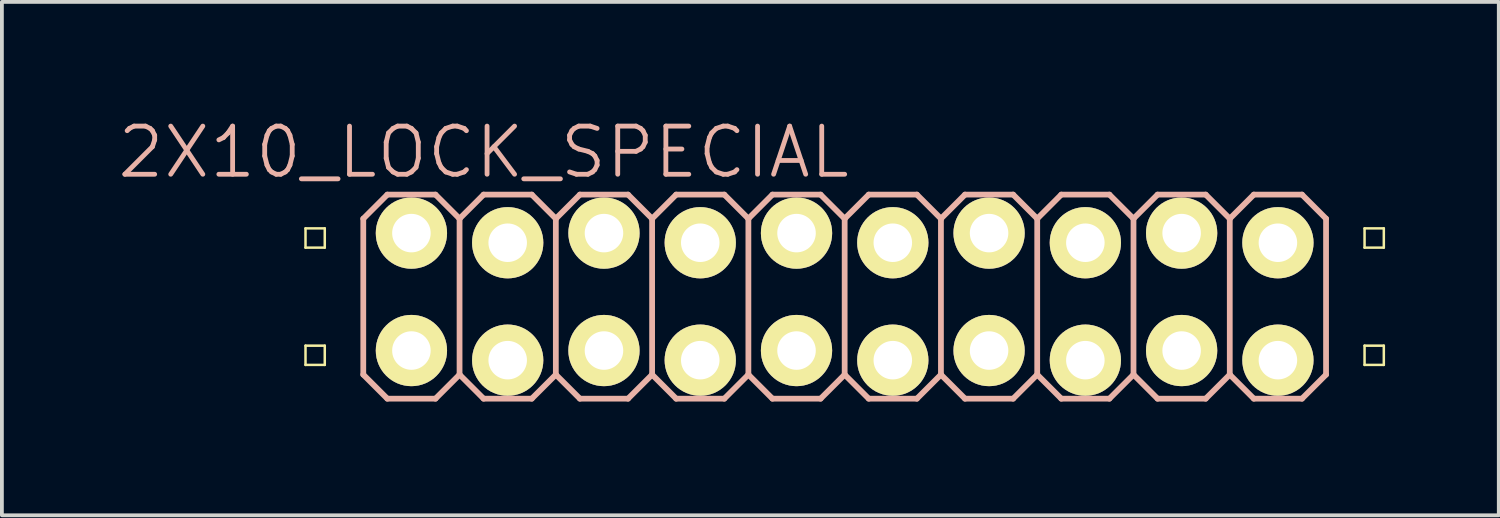
<source format=kicad_pcb>
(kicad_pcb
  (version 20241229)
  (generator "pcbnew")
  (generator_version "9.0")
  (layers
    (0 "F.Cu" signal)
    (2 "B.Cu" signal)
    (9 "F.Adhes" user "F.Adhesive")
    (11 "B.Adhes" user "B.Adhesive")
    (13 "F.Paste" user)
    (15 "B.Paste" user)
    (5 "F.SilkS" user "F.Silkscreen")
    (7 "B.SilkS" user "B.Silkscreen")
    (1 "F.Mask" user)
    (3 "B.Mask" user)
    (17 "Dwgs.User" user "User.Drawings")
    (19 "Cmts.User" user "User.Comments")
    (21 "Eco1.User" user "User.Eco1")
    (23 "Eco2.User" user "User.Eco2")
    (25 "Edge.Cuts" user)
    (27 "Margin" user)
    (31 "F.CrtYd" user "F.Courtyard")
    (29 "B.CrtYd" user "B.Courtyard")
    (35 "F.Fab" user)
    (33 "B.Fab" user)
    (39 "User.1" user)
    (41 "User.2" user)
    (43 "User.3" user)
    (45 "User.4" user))
  (footprint "2X10_LOCK_SPECIAL"
    (layer "F.Cu")
    (at 19.234 4.776)
    (property "Reference" "2X10_LOCK_SPECIAL" (at -9.525 -3.81 0) (layer "B.SilkS") (effects (font (size 1.27 1.27) (thickness 0.127))))
    (attr exclude_from_pos_files exclude_from_bom)
    (fp_line (start -14.224 -1.801) (end -13.716 -1.801) (stroke (width 0.066) (type solid)) (layer "F.SilkS"))
    (fp_line (start -14.224 -1.293) (end -14.224 -1.801) (stroke (width 0.066) (type solid)) (layer "F.SilkS"))
    (fp_line (start -14.224 -1.293) (end -13.716 -1.293) (stroke (width 0.066) (type solid)) (layer "F.SilkS"))
    (fp_line (start -14.224 1.293) (end -13.716 1.293) (stroke (width 0.066) (type solid)) (layer "F.SilkS"))
    (fp_line (start -14.224 1.801) (end -14.224 1.293) (stroke (width 0.066) (type solid)) (layer "F.SilkS"))
    (fp_line (start -14.224 1.801) (end -13.716 1.801) (stroke (width 0.066) (type solid)) (layer "F.SilkS"))
    (fp_line (start -13.716 -1.293) (end -13.716 -1.801) (stroke (width 0.066) (type solid)) (layer "F.SilkS"))
    (fp_line (start -13.716 1.801) (end -13.716 1.293) (stroke (width 0.066) (type solid)) (layer "F.SilkS"))
    (fp_line (start -11.684 -1.801) (end -11.176 -1.801) (stroke (width 0.066) (type solid)) (layer "F.SilkS"))
    (fp_line (start -11.684 -1.293) (end -11.684 -1.801) (stroke (width 0.066) (type solid)) (layer "F.SilkS"))
    (fp_line (start -11.684 -1.293) (end -11.176 -1.293) (stroke (width 0.066) (type solid)) (layer "F.SilkS"))
    (fp_line (start -11.684 1.293) (end -11.176 1.293) (stroke (width 0.066) (type solid)) (layer "F.SilkS"))
    (fp_line (start -11.684 1.801) (end -11.684 1.293) (stroke (width 0.066) (type solid)) (layer "F.SilkS"))
    (fp_line (start -11.684 1.801) (end -11.176 1.801) (stroke (width 0.066) (type solid)) (layer "F.SilkS"))
    (fp_line (start -11.176 -1.293) (end -11.176 -1.801) (stroke (width 0.066) (type solid)) (layer "F.SilkS"))
    (fp_line (start -11.176 1.801) (end -11.176 1.293) (stroke (width 0.066) (type solid)) (layer "F.SilkS"))
    (fp_line (start -9.144 -1.801) (end -8.636 -1.801) (stroke (width 0.066) (type solid)) (layer "F.SilkS"))
    (fp_line (start -9.144 -1.293) (end -9.144 -1.801) (stroke (width 0.066) (type solid)) (layer "F.SilkS"))
    (fp_line (start -9.144 -1.293) (end -8.636 -1.293) (stroke (width 0.066) (type solid)) (layer "F.SilkS"))
    (fp_line (start -9.144 1.293) (end -8.636 1.293) (stroke (width 0.066) (type solid)) (layer "F.SilkS"))
    (fp_line (start -9.144 1.801) (end -9.144 1.293) (stroke (width 0.066) (type solid)) (layer "F.SilkS"))
    (fp_line (start -9.144 1.801) (end -8.636 1.801) (stroke (width 0.066) (type solid)) (layer "F.SilkS"))
    (fp_line (start -8.636 -1.293) (end -8.636 -1.801) (stroke (width 0.066) (type solid)) (layer "F.SilkS"))
    (fp_line (start -8.636 1.801) (end -8.636 1.293) (stroke (width 0.066) (type solid)) (layer "F.SilkS"))
    (fp_line (start -6.604 -1.801) (end -6.096 -1.801) (stroke (width 0.066) (type solid)) (layer "F.SilkS"))
    (fp_line (start -6.604 -1.293) (end -6.604 -1.801) (stroke (width 0.066) (type solid)) (layer "F.SilkS"))
    (fp_line (start -6.604 -1.293) (end -6.096 -1.293) (stroke (width 0.066) (type solid)) (layer "F.SilkS"))
    (fp_line (start -6.604 1.293) (end -6.096 1.293) (stroke (width 0.066) (type solid)) (layer "F.SilkS"))
    (fp_line (start -6.604 1.801) (end -6.604 1.293) (stroke (width 0.066) (type solid)) (layer "F.SilkS"))
    (fp_line (start -6.604 1.801) (end -6.096 1.801) (stroke (width 0.066) (type solid)) (layer "F.SilkS"))
    (fp_line (start -6.096 -1.293) (end -6.096 -1.801) (stroke (width 0.066) (type solid)) (layer "F.SilkS"))
    (fp_line (start -6.096 1.801) (end -6.096 1.293) (stroke (width 0.066) (type solid)) (layer "F.SilkS"))
    (fp_line (start -4.064 -1.801) (end -3.556 -1.801) (stroke (width 0.066) (type solid)) (layer "F.SilkS"))
    (fp_line (start -4.064 -1.293) (end -4.064 -1.801) (stroke (width 0.066) (type solid)) (layer "F.SilkS"))
    (fp_line (start -4.064 -1.293) (end -3.556 -1.293) (stroke (width 0.066) (type solid)) (layer "F.SilkS"))
    (fp_line (start -4.064 1.293) (end -3.556 1.293) (stroke (width 0.066) (type solid)) (layer "F.SilkS"))
    (fp_line (start -4.064 1.801) (end -4.064 1.293) (stroke (width 0.066) (type solid)) (layer "F.SilkS"))
    (fp_line (start -4.064 1.801) (end -3.556 1.801) (stroke (width 0.066) (type solid)) (layer "F.SilkS"))
    (fp_line (start -3.556 -1.293) (end -3.556 -1.801) (stroke (width 0.066) (type solid)) (layer "F.SilkS"))
    (fp_line (start -3.556 1.801) (end -3.556 1.293) (stroke (width 0.066) (type solid)) (layer "F.SilkS"))
    (fp_line (start -1.524 -1.801) (end -1.016 -1.801) (stroke (width 0.066) (type solid)) (layer "F.SilkS"))
    (fp_line (start -1.524 -1.293) (end -1.524 -1.801) (stroke (width 0.066) (type solid)) (layer "F.SilkS"))
    (fp_line (start -1.524 -1.293) (end -1.016 -1.293) (stroke (width 0.066) (type solid)) (layer "F.SilkS"))
    (fp_line (start -1.524 1.293) (end -1.016 1.293) (stroke (width 0.066) (type solid)) (layer "F.SilkS"))
    (fp_line (start -1.524 1.801) (end -1.524 1.293) (stroke (width 0.066) (type solid)) (layer "F.SilkS"))
    (fp_line (start -1.524 1.801) (end -1.016 1.801) (stroke (width 0.066) (type solid)) (layer "F.SilkS"))
    (fp_line (start -1.016 -1.293) (end -1.016 -1.801) (stroke (width 0.066) (type solid)) (layer "F.SilkS"))
    (fp_line (start -1.016 1.801) (end -1.016 1.293) (stroke (width 0.066) (type solid)) (layer "F.SilkS"))
    (fp_line (start 1.016 -1.801) (end 1.524 -1.801) (stroke (width 0.066) (type solid)) (layer "F.SilkS"))
    (fp_line (start 1.016 -1.293) (end 1.016 -1.801) (stroke (width 0.066) (type solid)) (layer "F.SilkS"))
    (fp_line (start 1.016 -1.293) (end 1.524 -1.293) (stroke (width 0.066) (type solid)) (layer "F.SilkS"))
    (fp_line (start 1.016 1.293) (end 1.524 1.293) (stroke (width 0.066) (type solid)) (layer "F.SilkS"))
    (fp_line (start 1.016 1.801) (end 1.016 1.293) (stroke (width 0.066) (type solid)) (layer "F.SilkS"))
    (fp_line (start 1.016 1.801) (end 1.524 1.801) (stroke (width 0.066) (type solid)) (layer "F.SilkS"))
    (fp_line (start 1.524 -1.293) (end 1.524 -1.801) (stroke (width 0.066) (type solid)) (layer "F.SilkS"))
    (fp_line (start 1.524 1.801) (end 1.524 1.293) (stroke (width 0.066) (type solid)) (layer "F.SilkS"))
    (fp_line (start 3.556 -1.801) (end 4.064 -1.801) (stroke (width 0.066) (type solid)) (layer "F.SilkS"))
    (fp_line (start 3.556 -1.293) (end 3.556 -1.801) (stroke (width 0.066) (type solid)) (layer "F.SilkS"))
    (fp_line (start 3.556 -1.293) (end 4.064 -1.293) (stroke (width 0.066) (type solid)) (layer "F.SilkS"))
    (fp_line (start 3.556 1.293) (end 4.064 1.293) (stroke (width 0.066) (type solid)) (layer "F.SilkS"))
    (fp_line (start 3.556 1.801) (end 3.556 1.293) (stroke (width 0.066) (type solid)) (layer "F.SilkS"))
    (fp_line (start 3.556 1.801) (end 4.064 1.801) (stroke (width 0.066) (type solid)) (layer "F.SilkS"))
    (fp_line (start 4.064 -1.293) (end 4.064 -1.801) (stroke (width 0.066) (type solid)) (layer "F.SilkS"))
    (fp_line (start 4.064 1.801) (end 4.064 1.293) (stroke (width 0.066) (type solid)) (layer "F.SilkS"))
    (fp_line (start 6.096 -1.801) (end 6.604 -1.801) (stroke (width 0.066) (type solid)) (layer "F.SilkS"))
    (fp_line (start 6.096 -1.293) (end 6.096 -1.801) (stroke (width 0.066) (type solid)) (layer "F.SilkS"))
    (fp_line (start 6.096 -1.293) (end 6.604 -1.293) (stroke (width 0.066) (type solid)) (layer "F.SilkS"))
    (fp_line (start 6.096 1.293) (end 6.604 1.293) (stroke (width 0.066) (type solid)) (layer "F.SilkS"))
    (fp_line (start 6.096 1.801) (end 6.096 1.293) (stroke (width 0.066) (type solid)) (layer "F.SilkS"))
    (fp_line (start 6.096 1.801) (end 6.604 1.801) (stroke (width 0.066) (type solid)) (layer "F.SilkS"))
    (fp_line (start 6.604 -1.293) (end 6.604 -1.801) (stroke (width 0.066) (type solid)) (layer "F.SilkS"))
    (fp_line (start 6.604 1.801) (end 6.604 1.293) (stroke (width 0.066) (type solid)) (layer "F.SilkS"))
    (fp_line (start 8.636 -1.801) (end 9.144 -1.801) (stroke (width 0.066) (type solid)) (layer "F.SilkS"))
    (fp_line (start 8.636 -1.293) (end 8.636 -1.801) (stroke (width 0.066) (type solid)) (layer "F.SilkS"))
    (fp_line (start 8.636 -1.293) (end 9.144 -1.293) (stroke (width 0.066) (type solid)) (layer "F.SilkS"))
    (fp_line (start 8.636 1.293) (end 9.144 1.293) (stroke (width 0.066) (type solid)) (layer "F.SilkS"))
    (fp_line (start 8.636 1.801) (end 8.636 1.293) (stroke (width 0.066) (type solid)) (layer "F.SilkS"))
    (fp_line (start 8.636 1.801) (end 9.144 1.801) (stroke (width 0.066) (type solid)) (layer "F.SilkS"))
    (fp_line (start 9.144 -1.293) (end 9.144 -1.801) (stroke (width 0.066) (type solid)) (layer "F.SilkS"))
    (fp_line (start 9.144 1.801) (end 9.144 1.293) (stroke (width 0.066) (type solid)) (layer "F.SilkS"))
    (fp_line (start 11.176 -1.801) (end 11.684 -1.801) (stroke (width 0.066) (type solid)) (layer "F.SilkS"))
    (fp_line (start 11.176 -1.293) (end 11.176 -1.801) (stroke (width 0.066) (type solid)) (layer "F.SilkS"))
    (fp_line (start 11.176 -1.293) (end 11.684 -1.293) (stroke (width 0.066) (type solid)) (layer "F.SilkS"))
    (fp_line (start 11.176 1.293) (end 11.684 1.293) (stroke (width 0.066) (type solid)) (layer "F.SilkS"))
    (fp_line (start 11.176 1.801) (end 11.176 1.293) (stroke (width 0.066) (type solid)) (layer "F.SilkS"))
    (fp_line (start 11.176 1.801) (end 11.684 1.801) (stroke (width 0.066) (type solid)) (layer "F.SilkS"))
    (fp_line (start 11.684 -1.293) (end 11.684 -1.801) (stroke (width 0.066) (type solid)) (layer "F.SilkS"))
    (fp_line (start 11.684 1.801) (end 11.684 1.293) (stroke (width 0.066) (type solid)) (layer "F.SilkS"))
    (fp_line (start 13.716 -1.801) (end 14.224 -1.801) (stroke (width 0.066) (type solid)) (layer "F.SilkS"))
    (fp_line (start 13.716 -1.293) (end 13.716 -1.801) (stroke (width 0.066) (type solid)) (layer "F.SilkS"))
    (fp_line (start 13.716 -1.293) (end 14.224 -1.293) (stroke (width 0.066) (type solid)) (layer "F.SilkS"))
    (fp_line (start 13.716 1.293) (end 14.224 1.293) (stroke (width 0.066) (type solid)) (layer "F.SilkS"))
    (fp_line (start 13.716 1.801) (end 13.716 1.293) (stroke (width 0.066) (type solid)) (layer "F.SilkS"))
    (fp_line (start 13.716 1.801) (end 14.224 1.801) (stroke (width 0.066) (type solid)) (layer "F.SilkS"))
    (fp_line (start 14.224 -1.293) (end 14.224 -1.801) (stroke (width 0.066) (type solid)) (layer "F.SilkS"))
    (fp_line (start 14.224 1.801) (end 14.224 1.293) (stroke (width 0.066) (type solid)) (layer "F.SilkS"))
    (fp_line (start -12.7 -2.057) (end -12.065 -2.692) (stroke (width 0.152) (type solid)) (layer "B.SilkS"))
    (fp_line (start -12.7 2.057) (end -12.7 -2.057) (stroke (width 0.152) (type solid)) (layer "B.SilkS"))
    (fp_line (start -12.7 2.057) (end -12.065 2.692) (stroke (width 0.152) (type solid)) (layer "B.SilkS"))
    (fp_line (start -12.065 -2.692) (end -10.795 -2.692) (stroke (width 0.152) (type solid)) (layer "B.SilkS"))
    (fp_line (start -12.065 2.692) (end -10.795 2.692) (stroke (width 0.152) (type solid)) (layer "B.SilkS"))
    (fp_line (start -10.795 -2.692) (end -10.16 -2.057) (stroke (width 0.152) (type solid)) (layer "B.SilkS"))
    (fp_line (start -10.795 2.692) (end -10.16 2.057) (stroke (width 0.152) (type solid)) (layer "B.SilkS"))
    (fp_line (start -10.16 -2.057) (end -10.16 2.057) (stroke (width 0.152) (type solid)) (layer "B.SilkS"))
    (fp_line (start -10.16 -2.057) (end -9.525 -2.692) (stroke (width 0.152) (type solid)) (layer "B.SilkS"))
    (fp_line (start -10.16 2.057) (end -9.525 2.692) (stroke (width 0.152) (type solid)) (layer "B.SilkS"))
    (fp_line (start -9.525 -2.692) (end -8.255 -2.692) (stroke (width 0.152) (type solid)) (layer "B.SilkS"))
    (fp_line (start -9.525 2.692) (end -8.255 2.692) (stroke (width 0.152) (type solid)) (layer "B.SilkS"))
    (fp_line (start -8.255 -2.692) (end -7.62 -2.057) (stroke (width 0.152) (type solid)) (layer "B.SilkS"))
    (fp_line (start -8.255 2.692) (end -7.62 2.057) (stroke (width 0.152) (type solid)) (layer "B.SilkS"))
    (fp_line (start -7.62 -2.057) (end -7.62 2.057) (stroke (width 0.152) (type solid)) (layer "B.SilkS"))
    (fp_line (start -7.62 -2.057) (end -6.985 -2.692) (stroke (width 0.152) (type solid)) (layer "B.SilkS"))
    (fp_line (start -7.62 2.057) (end -6.985 2.692) (stroke (width 0.152) (type solid)) (layer "B.SilkS"))
    (fp_line (start -6.985 -2.692) (end -5.715 -2.692) (stroke (width 0.152) (type solid)) (layer "B.SilkS"))
    (fp_line (start -6.985 2.692) (end -5.715 2.692) (stroke (width 0.152) (type solid)) (layer "B.SilkS"))
    (fp_line (start -5.715 -2.692) (end -5.08 -2.057) (stroke (width 0.152) (type solid)) (layer "B.SilkS"))
    (fp_line (start -5.715 2.692) (end -5.08 2.057) (stroke (width 0.152) (type solid)) (layer "B.SilkS"))
    (fp_line (start -5.08 -2.057) (end -5.08 2.057) (stroke (width 0.152) (type solid)) (layer "B.SilkS"))
    (fp_line (start -5.08 -2.057) (end -4.445 -2.692) (stroke (width 0.152) (type solid)) (layer "B.SilkS"))
    (fp_line (start -5.08 2.057) (end -4.445 2.692) (stroke (width 0.152) (type solid)) (layer "B.SilkS"))
    (fp_line (start -4.445 -2.692) (end -3.175 -2.692) (stroke (width 0.152) (type solid)) (layer "B.SilkS"))
    (fp_line (start -4.445 2.692) (end -3.175 2.692) (stroke (width 0.152) (type solid)) (layer "B.SilkS"))
    (fp_line (start -3.175 -2.692) (end -2.54 -2.057) (stroke (width 0.152) (type solid)) (layer "B.SilkS"))
    (fp_line (start -3.175 2.692) (end -2.54 2.057) (stroke (width 0.152) (type solid)) (layer "B.SilkS"))
    (fp_line (start -2.54 -2.057) (end -2.54 2.057) (stroke (width 0.152) (type solid)) (layer "B.SilkS"))
    (fp_line (start -2.54 -2.057) (end -1.905 -2.692) (stroke (width 0.152) (type solid)) (layer "B.SilkS"))
    (fp_line (start -2.54 2.057) (end -1.905 2.692) (stroke (width 0.152) (type solid)) (layer "B.SilkS"))
    (fp_line (start -1.905 -2.692) (end -0.635 -2.692) (stroke (width 0.152) (type solid)) (layer "B.SilkS"))
    (fp_line (start -1.905 2.692) (end -0.635 2.692) (stroke (width 0.152) (type solid)) (layer "B.SilkS"))
    (fp_line (start -0.635 -2.692) (end 0 -2.057) (stroke (width 0.152) (type solid)) (layer "B.SilkS"))
    (fp_line (start -0.635 2.692) (end 0 2.057) (stroke (width 0.152) (type solid)) (layer "B.SilkS"))
    (fp_line (start 0 -2.057) (end 0 2.057) (stroke (width 0.152) (type solid)) (layer "B.SilkS"))
    (fp_line (start 0 -2.057) (end 0.635 -2.692) (stroke (width 0.152) (type solid)) (layer "B.SilkS"))
    (fp_line (start 0 2.057) (end 0.635 2.692) (stroke (width 0.152) (type solid)) (layer "B.SilkS"))
    (fp_line (start 0.635 -2.692) (end 1.905 -2.692) (stroke (width 0.152) (type solid)) (layer "B.SilkS"))
    (fp_line (start 0.635 2.692) (end 1.905 2.692) (stroke (width 0.152) (type solid)) (layer "B.SilkS"))
    (fp_line (start 1.905 -2.692) (end 2.54 -2.057) (stroke (width 0.152) (type solid)) (layer "B.SilkS"))
    (fp_line (start 1.905 2.692) (end 2.54 2.057) (stroke (width 0.152) (type solid)) (layer "B.SilkS"))
    (fp_line (start 2.54 -2.057) (end 2.54 2.057) (stroke (width 0.152) (type solid)) (layer "B.SilkS"))
    (fp_line (start 2.54 -2.057) (end 3.175 -2.692) (stroke (width 0.152) (type solid)) (layer "B.SilkS"))
    (fp_line (start 2.54 2.057) (end 3.175 2.692) (stroke (width 0.152) (type solid)) (layer "B.SilkS"))
    (fp_line (start 3.175 -2.692) (end 4.445 -2.692) (stroke (width 0.152) (type solid)) (layer "B.SilkS"))
    (fp_line (start 3.175 2.692) (end 4.445 2.692) (stroke (width 0.152) (type solid)) (layer "B.SilkS"))
    (fp_line (start 4.445 -2.692) (end 5.08 -2.057) (stroke (width 0.152) (type solid)) (layer "B.SilkS"))
    (fp_line (start 5.08 -2.057) (end 5.08 2.057) (stroke (width 0.152) (type solid)) (layer "B.SilkS"))
    (fp_line (start 5.08 -2.057) (end 5.715 -2.692) (stroke (width 0.152) (type solid)) (layer "B.SilkS"))
    (fp_line (start 5.08 2.057) (end 4.445 2.692) (stroke (width 0.152) (type solid)) (layer "B.SilkS"))
    (fp_line (start 5.08 2.057) (end 5.715 2.692) (stroke (width 0.152) (type solid)) (layer "B.SilkS"))
    (fp_line (start 5.715 -2.692) (end 6.985 -2.692) (stroke (width 0.152) (type solid)) (layer "B.SilkS"))
    (fp_line (start 5.715 2.692) (end 6.985 2.692) (stroke (width 0.152) (type solid)) (layer "B.SilkS"))
    (fp_line (start 6.985 -2.692) (end 7.62 -2.057) (stroke (width 0.152) (type solid)) (layer "B.SilkS"))
    (fp_line (start 7.62 -2.057) (end 7.62 2.057) (stroke (width 0.152) (type solid)) (layer "B.SilkS"))
    (fp_line (start 7.62 -2.057) (end 8.255 -2.692) (stroke (width 0.152) (type solid)) (layer "B.SilkS"))
    (fp_line (start 7.62 2.057) (end 6.985 2.692) (stroke (width 0.152) (type solid)) (layer "B.SilkS"))
    (fp_line (start 7.62 2.057) (end 8.255 2.692) (stroke (width 0.152) (type solid)) (layer "B.SilkS"))
    (fp_line (start 8.255 -2.692) (end 9.525 -2.692) (stroke (width 0.152) (type solid)) (layer "B.SilkS"))
    (fp_line (start 8.255 2.692) (end 9.525 2.692) (stroke (width 0.152) (type solid)) (layer "B.SilkS"))
    (fp_line (start 9.525 -2.692) (end 10.16 -2.057) (stroke (width 0.152) (type solid)) (layer "B.SilkS"))
    (fp_line (start 10.16 -2.057) (end 10.16 2.057) (stroke (width 0.152) (type solid)) (layer "B.SilkS"))
    (fp_line (start 10.16 -2.057) (end 10.795 -2.692) (stroke (width 0.152) (type solid)) (layer "B.SilkS"))
    (fp_line (start 10.16 2.057) (end 9.525 2.692) (stroke (width 0.152) (type solid)) (layer "B.SilkS"))
    (fp_line (start 10.16 2.057) (end 10.795 2.692) (stroke (width 0.152) (type solid)) (layer "B.SilkS"))
    (fp_line (start 10.795 -2.692) (end 12.065 -2.692) (stroke (width 0.152) (type solid)) (layer "B.SilkS"))
    (fp_line (start 10.795 2.692) (end 12.065 2.692) (stroke (width 0.152) (type solid)) (layer "B.SilkS"))
    (fp_line (start 12.065 -2.692) (end 12.7 -2.057) (stroke (width 0.152) (type solid)) (layer "B.SilkS"))
    (fp_line (start 12.7 -2.057) (end 12.7 2.057) (stroke (width 0.152) (type solid)) (layer "B.SilkS"))
    (fp_line (start 12.7 2.057) (end 12.065 2.692) (stroke (width 0.152) (type solid)) (layer "B.SilkS"))
    (pad "1" thru_hole circle (at -11.43 1.422) (size 1.88 1.88) (drill 1.016) (layers "*.Cu" "F.Mask" "F.SilkS" "F.Paste"))
    (pad "2" thru_hole circle (at -11.43 -1.676) (size 1.88 1.88) (drill 1.016) (layers "*.Cu" "F.Mask" "F.SilkS" "F.Paste"))
    (pad "3" thru_hole circle (at -8.89 1.676) (size 1.88 1.88) (drill 1.016) (layers "*.Cu" "F.Mask" "F.SilkS" "F.Paste"))
    (pad "4" thru_hole circle (at -8.89 -1.422) (size 1.88 1.88) (drill 1.016) (layers "*.Cu" "F.Mask" "F.SilkS" "F.Paste"))
    (pad "5" thru_hole circle (at -6.35 1.422) (size 1.88 1.88) (drill 1.016) (layers "*.Cu" "F.Mask" "F.SilkS" "F.Paste"))
    (pad "6" thru_hole circle (at -6.35 -1.676) (size 1.88 1.88) (drill 1.016) (layers "*.Cu" "F.Mask" "F.SilkS" "F.Paste"))
    (pad "7" thru_hole circle (at -3.81 1.676) (size 1.88 1.88) (drill 1.016) (layers "*.Cu" "F.Mask" "F.SilkS" "F.Paste"))
    (pad "8" thru_hole circle (at -3.81 -1.422) (size 1.88 1.88) (drill 1.016) (layers "*.Cu" "F.Mask" "F.SilkS" "F.Paste"))
    (pad "9" thru_hole circle (at -1.27 1.422) (size 1.88 1.88) (drill 1.016) (layers "*.Cu" "F.Mask" "F.SilkS" "F.Paste"))
    (pad "10" thru_hole circle (at -1.27 -1.676) (size 1.88 1.88) (drill 1.016) (layers "*.Cu" "F.Mask" "F.SilkS" "F.Paste"))
    (pad "11" thru_hole circle (at 1.27 1.676) (size 1.88 1.88) (drill 1.016) (layers "*.Cu" "F.Mask" "F.SilkS" "F.Paste"))
    (pad "12" thru_hole circle (at 1.27 -1.422) (size 1.88 1.88) (drill 1.016) (layers "*.Cu" "F.Mask" "F.SilkS" "F.Paste"))
    (pad "13" thru_hole circle (at 3.81 1.422) (size 1.88 1.88) (drill 1.016) (layers "*.Cu" "F.Mask" "F.SilkS" "F.Paste"))
    (pad "14" thru_hole circle (at 3.81 -1.676) (size 1.88 1.88) (drill 1.016) (layers "*.Cu" "F.Mask" "F.SilkS" "F.Paste"))
    (pad "15" thru_hole circle (at 6.35 1.676) (size 1.88 1.88) (drill 1.016) (layers "*.Cu" "F.Mask" "F.SilkS" "F.Paste"))
    (pad "16" thru_hole circle (at 6.35 -1.422) (size 1.88 1.88) (drill 1.016) (layers "*.Cu" "F.Mask" "F.SilkS" "F.Paste"))
    (pad "17" thru_hole circle (at 8.89 1.422) (size 1.88 1.88) (drill 1.016) (layers "*.Cu" "F.Mask" "F.SilkS" "F.Paste"))
    (pad "18" thru_hole circle (at 8.89 -1.676) (size 1.88 1.88) (drill 1.016) (layers "*.Cu" "F.Mask" "F.SilkS" "F.Paste"))
    (pad "19" thru_hole circle (at 11.43 1.676) (size 1.88 1.88) (drill 1.016) (layers "*.Cu" "F.Mask" "F.SilkS" "F.Paste"))
    (pad "20" thru_hole circle (at 11.43 -1.422) (size 1.88 1.88) (drill 1.016) (layers "*.Cu" "F.Mask" "F.SilkS" "F.Paste")))
  (gr_rect
    (start -3 -3)
    (end 36.491 10.544)
    (stroke (width 0.1) (type default))
    (fill no)
    (layer "Edge.Cuts")))
</source>
